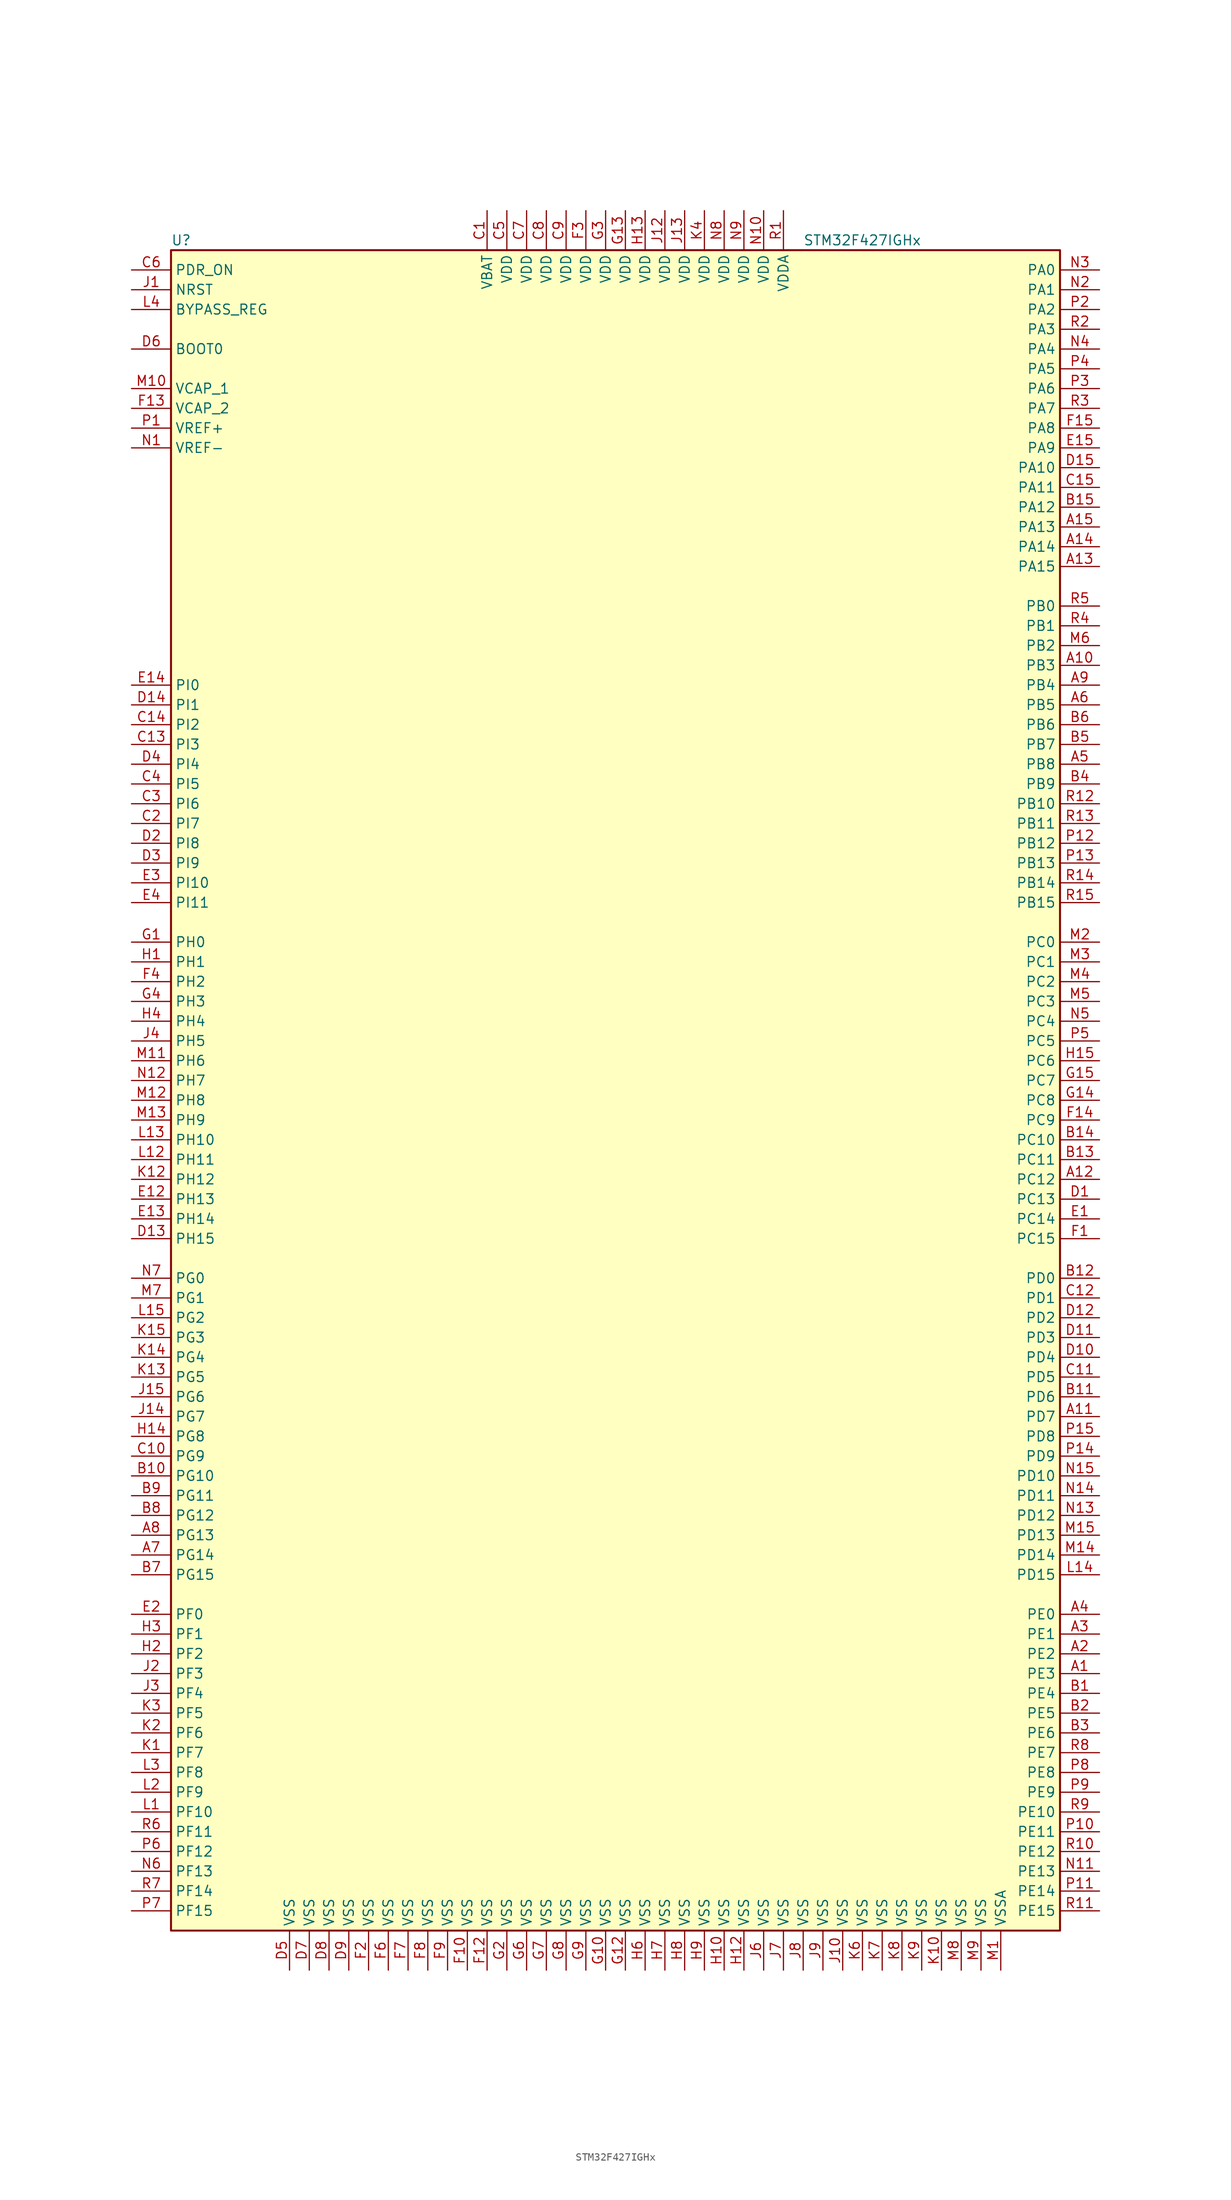
<source format=kicad_sym>
(kicad_symbol_lib
  (version 20201005)
  (generator kicad_symbol_editor)
  (symbol "STM32F427IGHx"
    (property "Reference" "U"
      (at -58.42 107.95 0)
      (effects (font (size 1.27 1.27)) (justify left)))
    (property "Value" "STM32F427IGHx"
      (at 22.86 107.95 0)
      (effects (font (size 1.27 1.27)) (justify left)))
    (symbol "STM32F427IGHx_0_1"
      (rectangle (start -58.42 -109.22) (end 55.88 106.68) (stroke (width 0.254)) (fill (type background))))
    (symbol "STM32F427IGHx_1_1"
      (pin bidirectional line (at 60.96 -76.2 180) (length 5.08) (name "PE3" (effects (font (size 1.27 1.27)))) (number "A1" (effects (font (size 1.27 1.27)))))
      (pin bidirectional line (at 60.96 53.34 180) (length 5.08) (name "PB3" (effects (font (size 1.27 1.27)))) (number "A10" (effects (font (size 1.27 1.27)))))
      (pin bidirectional line (at 60.96 -43.18 180) (length 5.08) (name "PD7" (effects (font (size 1.27 1.27)))) (number "A11" (effects (font (size 1.27 1.27)))))
      (pin bidirectional line (at 60.96 -12.7 180) (length 5.08) (name "PC12" (effects (font (size 1.27 1.27)))) (number "A12" (effects (font (size 1.27 1.27)))))
      (pin bidirectional line (at 60.96 66.04 180) (length 5.08) (name "PA15" (effects (font (size 1.27 1.27)))) (number "A13" (effects (font (size 1.27 1.27)))))
      (pin bidirectional line (at 60.96 68.58 180) (length 5.08) (name "PA14" (effects (font (size 1.27 1.27)))) (number "A14" (effects (font (size 1.27 1.27)))))
      (pin bidirectional line (at 60.96 71.12 180) (length 5.08) (name "PA13" (effects (font (size 1.27 1.27)))) (number "A15" (effects (font (size 1.27 1.27)))))
      (pin bidirectional line (at 60.96 -73.66 180) (length 5.08) (name "PE2" (effects (font (size 1.27 1.27)))) (number "A2" (effects (font (size 1.27 1.27)))))
      (pin bidirectional line (at 60.96 -71.12 180) (length 5.08) (name "PE1" (effects (font (size 1.27 1.27)))) (number "A3" (effects (font (size 1.27 1.27)))))
      (pin bidirectional line (at 60.96 -68.58 180) (length 5.08) (name "PE0" (effects (font (size 1.27 1.27)))) (number "A4" (effects (font (size 1.27 1.27)))))
      (pin bidirectional line (at 60.96 40.64 180) (length 5.08) (name "PB8" (effects (font (size 1.27 1.27)))) (number "A5" (effects (font (size 1.27 1.27)))))
      (pin bidirectional line (at 60.96 48.26 180) (length 5.08) (name "PB5" (effects (font (size 1.27 1.27)))) (number "A6" (effects (font (size 1.27 1.27)))))
      (pin bidirectional line (at -63.5 -60.96 0) (length 5.08) (name "PG14" (effects (font (size 1.27 1.27)))) (number "A7" (effects (font (size 1.27 1.27)))))
      (pin bidirectional line (at -63.5 -58.42 0) (length 5.08) (name "PG13" (effects (font (size 1.27 1.27)))) (number "A8" (effects (font (size 1.27 1.27)))))
      (pin bidirectional line (at 60.96 50.8 180) (length 5.08) (name "PB4" (effects (font (size 1.27 1.27)))) (number "A9" (effects (font (size 1.27 1.27)))))
      (pin bidirectional line (at 60.96 -78.74 180) (length 5.08) (name "PE4" (effects (font (size 1.27 1.27)))) (number "B1" (effects (font (size 1.27 1.27)))))
      (pin bidirectional line (at -63.5 -50.8 0) (length 5.08) (name "PG10" (effects (font (size 1.27 1.27)))) (number "B10" (effects (font (size 1.27 1.27)))))
      (pin bidirectional line (at 60.96 -40.64 180) (length 5.08) (name "PD6" (effects (font (size 1.27 1.27)))) (number "B11" (effects (font (size 1.27 1.27)))))
      (pin bidirectional line (at 60.96 -25.4 180) (length 5.08) (name "PD0" (effects (font (size 1.27 1.27)))) (number "B12" (effects (font (size 1.27 1.27)))))
      (pin bidirectional line (at 60.96 -10.16 180) (length 5.08) (name "PC11" (effects (font (size 1.27 1.27)))) (number "B13" (effects (font (size 1.27 1.27)))))
      (pin bidirectional line (at 60.96 -7.62 180) (length 5.08) (name "PC10" (effects (font (size 1.27 1.27)))) (number "B14" (effects (font (size 1.27 1.27)))))
      (pin bidirectional line (at 60.96 73.66 180) (length 5.08) (name "PA12" (effects (font (size 1.27 1.27)))) (number "B15" (effects (font (size 1.27 1.27)))))
      (pin bidirectional line (at 60.96 -81.28 180) (length 5.08) (name "PE5" (effects (font (size 1.27 1.27)))) (number "B2" (effects (font (size 1.27 1.27)))))
      (pin bidirectional line (at 60.96 -83.82 180) (length 5.08) (name "PE6" (effects (font (size 1.27 1.27)))) (number "B3" (effects (font (size 1.27 1.27)))))
      (pin bidirectional line (at 60.96 38.1 180) (length 5.08) (name "PB9" (effects (font (size 1.27 1.27)))) (number "B4" (effects (font (size 1.27 1.27)))))
      (pin bidirectional line (at 60.96 43.18 180) (length 5.08) (name "PB7" (effects (font (size 1.27 1.27)))) (number "B5" (effects (font (size 1.27 1.27)))))
      (pin bidirectional line (at 60.96 45.72 180) (length 5.08) (name "PB6" (effects (font (size 1.27 1.27)))) (number "B6" (effects (font (size 1.27 1.27)))))
      (pin bidirectional line (at -63.5 -63.5 0) (length 5.08) (name "PG15" (effects (font (size 1.27 1.27)))) (number "B7" (effects (font (size 1.27 1.27)))))
      (pin bidirectional line (at -63.5 -55.88 0) (length 5.08) (name "PG12" (effects (font (size 1.27 1.27)))) (number "B8" (effects (font (size 1.27 1.27)))))
      (pin bidirectional line (at -63.5 -53.34 0) (length 5.08) (name "PG11" (effects (font (size 1.27 1.27)))) (number "B9" (effects (font (size 1.27 1.27)))))
      (pin power_in line (at -17.78 111.76 270) (length 5.08) (name "VBAT" (effects (font (size 1.27 1.27)))) (number "C1" (effects (font (size 1.27 1.27)))))
      (pin bidirectional line (at -63.5 -48.26 0) (length 5.08) (name "PG9" (effects (font (size 1.27 1.27)))) (number "C10" (effects (font (size 1.27 1.27)))))
      (pin bidirectional line (at 60.96 -38.1 180) (length 5.08) (name "PD5" (effects (font (size 1.27 1.27)))) (number "C11" (effects (font (size 1.27 1.27)))))
      (pin bidirectional line (at 60.96 -27.94 180) (length 5.08) (name "PD1" (effects (font (size 1.27 1.27)))) (number "C12" (effects (font (size 1.27 1.27)))))
      (pin bidirectional line (at -63.5 43.18 0) (length 5.08) (name "PI3" (effects (font (size 1.27 1.27)))) (number "C13" (effects (font (size 1.27 1.27)))))
      (pin bidirectional line (at -63.5 45.72 0) (length 5.08) (name "PI2" (effects (font (size 1.27 1.27)))) (number "C14" (effects (font (size 1.27 1.27)))))
      (pin bidirectional line (at 60.96 76.2 180) (length 5.08) (name "PA11" (effects (font (size 1.27 1.27)))) (number "C15" (effects (font (size 1.27 1.27)))))
      (pin bidirectional line (at -63.5 33.02 0) (length 5.08) (name "PI7" (effects (font (size 1.27 1.27)))) (number "C2" (effects (font (size 1.27 1.27)))))
      (pin bidirectional line (at -63.5 35.56 0) (length 5.08) (name "PI6" (effects (font (size 1.27 1.27)))) (number "C3" (effects (font (size 1.27 1.27)))))
      (pin bidirectional line (at -63.5 38.1 0) (length 5.08) (name "PI5" (effects (font (size 1.27 1.27)))) (number "C4" (effects (font (size 1.27 1.27)))))
      (pin power_in line (at -15.24 111.76 270) (length 5.08) (name "VDD" (effects (font (size 1.27 1.27)))) (number "C5" (effects (font (size 1.27 1.27)))))
      (pin input line (at -63.5 104.14 0) (length 5.08) (name "PDR_ON" (effects (font (size 1.27 1.27)))) (number "C6" (effects (font (size 1.27 1.27)))))
      (pin power_in line (at -12.7 111.76 270) (length 5.08) (name "VDD" (effects (font (size 1.27 1.27)))) (number "C7" (effects (font (size 1.27 1.27)))))
      (pin power_in line (at -10.16 111.76 270) (length 5.08) (name "VDD" (effects (font (size 1.27 1.27)))) (number "C8" (effects (font (size 1.27 1.27)))))
      (pin power_in line (at -7.62 111.76 270) (length 5.08) (name "VDD" (effects (font (size 1.27 1.27)))) (number "C9" (effects (font (size 1.27 1.27)))))
      (pin bidirectional line (at 60.96 -15.24 180) (length 5.08) (name "PC13" (effects (font (size 1.27 1.27)))) (number "D1" (effects (font (size 1.27 1.27)))))
      (pin bidirectional line (at 60.96 -35.56 180) (length 5.08) (name "PD4" (effects (font (size 1.27 1.27)))) (number "D10" (effects (font (size 1.27 1.27)))))
      (pin bidirectional line (at 60.96 -33.02 180) (length 5.08) (name "PD3" (effects (font (size 1.27 1.27)))) (number "D11" (effects (font (size 1.27 1.27)))))
      (pin bidirectional line (at 60.96 -30.48 180) (length 5.08) (name "PD2" (effects (font (size 1.27 1.27)))) (number "D12" (effects (font (size 1.27 1.27)))))
      (pin bidirectional line (at -63.5 -20.32 0) (length 5.08) (name "PH15" (effects (font (size 1.27 1.27)))) (number "D13" (effects (font (size 1.27 1.27)))))
      (pin bidirectional line (at -63.5 48.26 0) (length 5.08) (name "PI1" (effects (font (size 1.27 1.27)))) (number "D14" (effects (font (size 1.27 1.27)))))
      (pin bidirectional line (at 60.96 78.74 180) (length 5.08) (name "PA10" (effects (font (size 1.27 1.27)))) (number "D15" (effects (font (size 1.27 1.27)))))
      (pin bidirectional line (at -63.5 30.48 0) (length 5.08) (name "PI8" (effects (font (size 1.27 1.27)))) (number "D2" (effects (font (size 1.27 1.27)))))
      (pin bidirectional line (at -63.5 27.94 0) (length 5.08) (name "PI9" (effects (font (size 1.27 1.27)))) (number "D3" (effects (font (size 1.27 1.27)))))
      (pin bidirectional line (at -63.5 40.64 0) (length 5.08) (name "PI4" (effects (font (size 1.27 1.27)))) (number "D4" (effects (font (size 1.27 1.27)))))
      (pin power_in line (at -43.18 -114.3 90) (length 5.08) (name "VSS" (effects (font (size 1.27 1.27)))) (number "D5" (effects (font (size 1.27 1.27)))))
      (pin input line (at -63.5 93.98 0) (length 5.08) (name "BOOT0" (effects (font (size 1.27 1.27)))) (number "D6" (effects (font (size 1.27 1.27)))))
      (pin power_in line (at -40.64 -114.3 90) (length 5.08) (name "VSS" (effects (font (size 1.27 1.27)))) (number "D7" (effects (font (size 1.27 1.27)))))
      (pin power_in line (at -38.1 -114.3 90) (length 5.08) (name "VSS" (effects (font (size 1.27 1.27)))) (number "D8" (effects (font (size 1.27 1.27)))))
      (pin power_in line (at -35.56 -114.3 90) (length 5.08) (name "VSS" (effects (font (size 1.27 1.27)))) (number "D9" (effects (font (size 1.27 1.27)))))
      (pin bidirectional line (at 60.96 -17.78 180) (length 5.08) (name "PC14" (effects (font (size 1.27 1.27)))) (number "E1" (effects (font (size 1.27 1.27)))))
      (pin bidirectional line (at -63.5 -15.24 0) (length 5.08) (name "PH13" (effects (font (size 1.27 1.27)))) (number "E12" (effects (font (size 1.27 1.27)))))
      (pin bidirectional line (at -63.5 -17.78 0) (length 5.08) (name "PH14" (effects (font (size 1.27 1.27)))) (number "E13" (effects (font (size 1.27 1.27)))))
      (pin bidirectional line (at -63.5 50.8 0) (length 5.08) (name "PI0" (effects (font (size 1.27 1.27)))) (number "E14" (effects (font (size 1.27 1.27)))))
      (pin bidirectional line (at 60.96 81.28 180) (length 5.08) (name "PA9" (effects (font (size 1.27 1.27)))) (number "E15" (effects (font (size 1.27 1.27)))))
      (pin bidirectional line (at -63.5 -68.58 0) (length 5.08) (name "PF0" (effects (font (size 1.27 1.27)))) (number "E2" (effects (font (size 1.27 1.27)))))
      (pin bidirectional line (at -63.5 25.4 0) (length 5.08) (name "PI10" (effects (font (size 1.27 1.27)))) (number "E3" (effects (font (size 1.27 1.27)))))
      (pin bidirectional line (at -63.5 22.86 0) (length 5.08) (name "PI11" (effects (font (size 1.27 1.27)))) (number "E4" (effects (font (size 1.27 1.27)))))
      (pin bidirectional line (at 60.96 -20.32 180) (length 5.08) (name "PC15" (effects (font (size 1.27 1.27)))) (number "F1" (effects (font (size 1.27 1.27)))))
      (pin power_in line (at -20.32 -114.3 90) (length 5.08) (name "VSS" (effects (font (size 1.27 1.27)))) (number "F10" (effects (font (size 1.27 1.27)))))
      (pin power_in line (at -17.78 -114.3 90) (length 5.08) (name "VSS" (effects (font (size 1.27 1.27)))) (number "F12" (effects (font (size 1.27 1.27)))))
      (pin power_in line (at -63.5 86.36 0) (length 5.08) (name "VCAP_2" (effects (font (size 1.27 1.27)))) (number "F13" (effects (font (size 1.27 1.27)))))
      (pin bidirectional line (at 60.96 -5.08 180) (length 5.08) (name "PC9" (effects (font (size 1.27 1.27)))) (number "F14" (effects (font (size 1.27 1.27)))))
      (pin bidirectional line (at 60.96 83.82 180) (length 5.08) (name "PA8" (effects (font (size 1.27 1.27)))) (number "F15" (effects (font (size 1.27 1.27)))))
      (pin power_in line (at -33.02 -114.3 90) (length 5.08) (name "VSS" (effects (font (size 1.27 1.27)))) (number "F2" (effects (font (size 1.27 1.27)))))
      (pin power_in line (at -5.08 111.76 270) (length 5.08) (name "VDD" (effects (font (size 1.27 1.27)))) (number "F3" (effects (font (size 1.27 1.27)))))
      (pin bidirectional line (at -63.5 12.7 0) (length 5.08) (name "PH2" (effects (font (size 1.27 1.27)))) (number "F4" (effects (font (size 1.27 1.27)))))
      (pin power_in line (at -30.48 -114.3 90) (length 5.08) (name "VSS" (effects (font (size 1.27 1.27)))) (number "F6" (effects (font (size 1.27 1.27)))))
      (pin power_in line (at -27.94 -114.3 90) (length 5.08) (name "VSS" (effects (font (size 1.27 1.27)))) (number "F7" (effects (font (size 1.27 1.27)))))
      (pin power_in line (at -25.4 -114.3 90) (length 5.08) (name "VSS" (effects (font (size 1.27 1.27)))) (number "F8" (effects (font (size 1.27 1.27)))))
      (pin power_in line (at -22.86 -114.3 90) (length 5.08) (name "VSS" (effects (font (size 1.27 1.27)))) (number "F9" (effects (font (size 1.27 1.27)))))
      (pin input line (at -63.5 17.78 0) (length 5.08) (name "PH0" (effects (font (size 1.27 1.27)))) (number "G1" (effects (font (size 1.27 1.27)))))
      (pin power_in line (at -2.54 -114.3 90) (length 5.08) (name "VSS" (effects (font (size 1.27 1.27)))) (number "G10" (effects (font (size 1.27 1.27)))))
      (pin power_in line (at 0 -114.3 90) (length 5.08) (name "VSS" (effects (font (size 1.27 1.27)))) (number "G12" (effects (font (size 1.27 1.27)))))
      (pin power_in line (at 0 111.76 270) (length 5.08) (name "VDD" (effects (font (size 1.27 1.27)))) (number "G13" (effects (font (size 1.27 1.27)))))
      (pin bidirectional line (at 60.96 -2.54 180) (length 5.08) (name "PC8" (effects (font (size 1.27 1.27)))) (number "G14" (effects (font (size 1.27 1.27)))))
      (pin bidirectional line (at 60.96 0 180) (length 5.08) (name "PC7" (effects (font (size 1.27 1.27)))) (number "G15" (effects (font (size 1.27 1.27)))))
      (pin power_in line (at -15.24 -114.3 90) (length 5.08) (name "VSS" (effects (font (size 1.27 1.27)))) (number "G2" (effects (font (size 1.27 1.27)))))
      (pin power_in line (at -2.54 111.76 270) (length 5.08) (name "VDD" (effects (font (size 1.27 1.27)))) (number "G3" (effects (font (size 1.27 1.27)))))
      (pin bidirectional line (at -63.5 10.16 0) (length 5.08) (name "PH3" (effects (font (size 1.27 1.27)))) (number "G4" (effects (font (size 1.27 1.27)))))
      (pin power_in line (at -12.7 -114.3 90) (length 5.08) (name "VSS" (effects (font (size 1.27 1.27)))) (number "G6" (effects (font (size 1.27 1.27)))))
      (pin power_in line (at -10.16 -114.3 90) (length 5.08) (name "VSS" (effects (font (size 1.27 1.27)))) (number "G7" (effects (font (size 1.27 1.27)))))
      (pin power_in line (at -7.62 -114.3 90) (length 5.08) (name "VSS" (effects (font (size 1.27 1.27)))) (number "G8" (effects (font (size 1.27 1.27)))))
      (pin power_in line (at -5.08 -114.3 90) (length 5.08) (name "VSS" (effects (font (size 1.27 1.27)))) (number "G9" (effects (font (size 1.27 1.27)))))
      (pin input line (at -63.5 15.24 0) (length 5.08) (name "PH1" (effects (font (size 1.27 1.27)))) (number "H1" (effects (font (size 1.27 1.27)))))
      (pin power_in line (at 12.7 -114.3 90) (length 5.08) (name "VSS" (effects (font (size 1.27 1.27)))) (number "H10" (effects (font (size 1.27 1.27)))))
      (pin power_in line (at 15.24 -114.3 90) (length 5.08) (name "VSS" (effects (font (size 1.27 1.27)))) (number "H12" (effects (font (size 1.27 1.27)))))
      (pin power_in line (at 2.54 111.76 270) (length 5.08) (name "VDD" (effects (font (size 1.27 1.27)))) (number "H13" (effects (font (size 1.27 1.27)))))
      (pin bidirectional line (at -63.5 -45.72 0) (length 5.08) (name "PG8" (effects (font (size 1.27 1.27)))) (number "H14" (effects (font (size 1.27 1.27)))))
      (pin bidirectional line (at 60.96 2.54 180) (length 5.08) (name "PC6" (effects (font (size 1.27 1.27)))) (number "H15" (effects (font (size 1.27 1.27)))))
      (pin bidirectional line (at -63.5 -73.66 0) (length 5.08) (name "PF2" (effects (font (size 1.27 1.27)))) (number "H2" (effects (font (size 1.27 1.27)))))
      (pin bidirectional line (at -63.5 -71.12 0) (length 5.08) (name "PF1" (effects (font (size 1.27 1.27)))) (number "H3" (effects (font (size 1.27 1.27)))))
      (pin bidirectional line (at -63.5 7.62 0) (length 5.08) (name "PH4" (effects (font (size 1.27 1.27)))) (number "H4" (effects (font (size 1.27 1.27)))))
      (pin power_in line (at 2.54 -114.3 90) (length 5.08) (name "VSS" (effects (font (size 1.27 1.27)))) (number "H6" (effects (font (size 1.27 1.27)))))
      (pin power_in line (at 5.08 -114.3 90) (length 5.08) (name "VSS" (effects (font (size 1.27 1.27)))) (number "H7" (effects (font (size 1.27 1.27)))))
      (pin power_in line (at 7.62 -114.3 90) (length 5.08) (name "VSS" (effects (font (size 1.27 1.27)))) (number "H8" (effects (font (size 1.27 1.27)))))
      (pin power_in line (at 10.16 -114.3 90) (length 5.08) (name "VSS" (effects (font (size 1.27 1.27)))) (number "H9" (effects (font (size 1.27 1.27)))))
      (pin input line (at -63.5 101.6 0) (length 5.08) (name "NRST" (effects (font (size 1.27 1.27)))) (number "J1" (effects (font (size 1.27 1.27)))))
      (pin power_in line (at 27.94 -114.3 90) (length 5.08) (name "VSS" (effects (font (size 1.27 1.27)))) (number "J10" (effects (font (size 1.27 1.27)))))
      (pin power_in line (at 5.08 111.76 270) (length 5.08) (name "VDD" (effects (font (size 1.27 1.27)))) (number "J12" (effects (font (size 1.27 1.27)))))
      (pin power_in line (at 7.62 111.76 270) (length 5.08) (name "VDD" (effects (font (size 1.27 1.27)))) (number "J13" (effects (font (size 1.27 1.27)))))
      (pin bidirectional line (at -63.5 -43.18 0) (length 5.08) (name "PG7" (effects (font (size 1.27 1.27)))) (number "J14" (effects (font (size 1.27 1.27)))))
      (pin bidirectional line (at -63.5 -40.64 0) (length 5.08) (name "PG6" (effects (font (size 1.27 1.27)))) (number "J15" (effects (font (size 1.27 1.27)))))
      (pin bidirectional line (at -63.5 -76.2 0) (length 5.08) (name "PF3" (effects (font (size 1.27 1.27)))) (number "J2" (effects (font (size 1.27 1.27)))))
      (pin bidirectional line (at -63.5 -78.74 0) (length 5.08) (name "PF4" (effects (font (size 1.27 1.27)))) (number "J3" (effects (font (size 1.27 1.27)))))
      (pin bidirectional line (at -63.5 5.08 0) (length 5.08) (name "PH5" (effects (font (size 1.27 1.27)))) (number "J4" (effects (font (size 1.27 1.27)))))
      (pin power_in line (at 17.78 -114.3 90) (length 5.08) (name "VSS" (effects (font (size 1.27 1.27)))) (number "J6" (effects (font (size 1.27 1.27)))))
      (pin power_in line (at 20.32 -114.3 90) (length 5.08) (name "VSS" (effects (font (size 1.27 1.27)))) (number "J7" (effects (font (size 1.27 1.27)))))
      (pin power_in line (at 22.86 -114.3 90) (length 5.08) (name "VSS" (effects (font (size 1.27 1.27)))) (number "J8" (effects (font (size 1.27 1.27)))))
      (pin power_in line (at 25.4 -114.3 90) (length 5.08) (name "VSS" (effects (font (size 1.27 1.27)))) (number "J9" (effects (font (size 1.27 1.27)))))
      (pin bidirectional line (at -63.5 -86.36 0) (length 5.08) (name "PF7" (effects (font (size 1.27 1.27)))) (number "K1" (effects (font (size 1.27 1.27)))))
      (pin power_in line (at 40.64 -114.3 90) (length 5.08) (name "VSS" (effects (font (size 1.27 1.27)))) (number "K10" (effects (font (size 1.27 1.27)))))
      (pin bidirectional line (at -63.5 -12.7 0) (length 5.08) (name "PH12" (effects (font (size 1.27 1.27)))) (number "K12" (effects (font (size 1.27 1.27)))))
      (pin bidirectional line (at -63.5 -38.1 0) (length 5.08) (name "PG5" (effects (font (size 1.27 1.27)))) (number "K13" (effects (font (size 1.27 1.27)))))
      (pin bidirectional line (at -63.5 -35.56 0) (length 5.08) (name "PG4" (effects (font (size 1.27 1.27)))) (number "K14" (effects (font (size 1.27 1.27)))))
      (pin bidirectional line (at -63.5 -33.02 0) (length 5.08) (name "PG3" (effects (font (size 1.27 1.27)))) (number "K15" (effects (font (size 1.27 1.27)))))
      (pin bidirectional line (at -63.5 -83.82 0) (length 5.08) (name "PF6" (effects (font (size 1.27 1.27)))) (number "K2" (effects (font (size 1.27 1.27)))))
      (pin bidirectional line (at -63.5 -81.28 0) (length 5.08) (name "PF5" (effects (font (size 1.27 1.27)))) (number "K3" (effects (font (size 1.27 1.27)))))
      (pin power_in line (at 10.16 111.76 270) (length 5.08) (name "VDD" (effects (font (size 1.27 1.27)))) (number "K4" (effects (font (size 1.27 1.27)))))
      (pin power_in line (at 30.48 -114.3 90) (length 5.08) (name "VSS" (effects (font (size 1.27 1.27)))) (number "K6" (effects (font (size 1.27 1.27)))))
      (pin power_in line (at 33.02 -114.3 90) (length 5.08) (name "VSS" (effects (font (size 1.27 1.27)))) (number "K7" (effects (font (size 1.27 1.27)))))
      (pin power_in line (at 35.56 -114.3 90) (length 5.08) (name "VSS" (effects (font (size 1.27 1.27)))) (number "K8" (effects (font (size 1.27 1.27)))))
      (pin power_in line (at 38.1 -114.3 90) (length 5.08) (name "VSS" (effects (font (size 1.27 1.27)))) (number "K9" (effects (font (size 1.27 1.27)))))
      (pin bidirectional line (at -63.5 -93.98 0) (length 5.08) (name "PF10" (effects (font (size 1.27 1.27)))) (number "L1" (effects (font (size 1.27 1.27)))))
      (pin bidirectional line (at -63.5 -10.16 0) (length 5.08) (name "PH11" (effects (font (size 1.27 1.27)))) (number "L12" (effects (font (size 1.27 1.27)))))
      (pin bidirectional line (at -63.5 -7.62 0) (length 5.08) (name "PH10" (effects (font (size 1.27 1.27)))) (number "L13" (effects (font (size 1.27 1.27)))))
      (pin bidirectional line (at 60.96 -63.5 180) (length 5.08) (name "PD15" (effects (font (size 1.27 1.27)))) (number "L14" (effects (font (size 1.27 1.27)))))
      (pin bidirectional line (at -63.5 -30.48 0) (length 5.08) (name "PG2" (effects (font (size 1.27 1.27)))) (number "L15" (effects (font (size 1.27 1.27)))))
      (pin bidirectional line (at -63.5 -91.44 0) (length 5.08) (name "PF9" (effects (font (size 1.27 1.27)))) (number "L2" (effects (font (size 1.27 1.27)))))
      (pin bidirectional line (at -63.5 -88.9 0) (length 5.08) (name "PF8" (effects (font (size 1.27 1.27)))) (number "L3" (effects (font (size 1.27 1.27)))))
      (pin input line (at -63.5 99.06 0) (length 5.08) (name "BYPASS_REG" (effects (font (size 1.27 1.27)))) (number "L4" (effects (font (size 1.27 1.27)))))
      (pin power_in line (at 48.26 -114.3 90) (length 5.08) (name "VSSA" (effects (font (size 1.27 1.27)))) (number "M1" (effects (font (size 1.27 1.27)))))
      (pin power_in line (at -63.5 88.9 0) (length 5.08) (name "VCAP_1" (effects (font (size 1.27 1.27)))) (number "M10" (effects (font (size 1.27 1.27)))))
      (pin bidirectional line (at -63.5 2.54 0) (length 5.08) (name "PH6" (effects (font (size 1.27 1.27)))) (number "M11" (effects (font (size 1.27 1.27)))))
      (pin bidirectional line (at -63.5 -2.54 0) (length 5.08) (name "PH8" (effects (font (size 1.27 1.27)))) (number "M12" (effects (font (size 1.27 1.27)))))
      (pin bidirectional line (at -63.5 -5.08 0) (length 5.08) (name "PH9" (effects (font (size 1.27 1.27)))) (number "M13" (effects (font (size 1.27 1.27)))))
      (pin bidirectional line (at 60.96 -60.96 180) (length 5.08) (name "PD14" (effects (font (size 1.27 1.27)))) (number "M14" (effects (font (size 1.27 1.27)))))
      (pin bidirectional line (at 60.96 -58.42 180) (length 5.08) (name "PD13" (effects (font (size 1.27 1.27)))) (number "M15" (effects (font (size 1.27 1.27)))))
      (pin bidirectional line (at 60.96 17.78 180) (length 5.08) (name "PC0" (effects (font (size 1.27 1.27)))) (number "M2" (effects (font (size 1.27 1.27)))))
      (pin bidirectional line (at 60.96 15.24 180) (length 5.08) (name "PC1" (effects (font (size 1.27 1.27)))) (number "M3" (effects (font (size 1.27 1.27)))))
      (pin bidirectional line (at 60.96 12.7 180) (length 5.08) (name "PC2" (effects (font (size 1.27 1.27)))) (number "M4" (effects (font (size 1.27 1.27)))))
      (pin bidirectional line (at 60.96 10.16 180) (length 5.08) (name "PC3" (effects (font (size 1.27 1.27)))) (number "M5" (effects (font (size 1.27 1.27)))))
      (pin bidirectional line (at 60.96 55.88 180) (length 5.08) (name "PB2" (effects (font (size 1.27 1.27)))) (number "M6" (effects (font (size 1.27 1.27)))))
      (pin bidirectional line (at -63.5 -27.94 0) (length 5.08) (name "PG1" (effects (font (size 1.27 1.27)))) (number "M7" (effects (font (size 1.27 1.27)))))
      (pin power_in line (at 43.18 -114.3 90) (length 5.08) (name "VSS" (effects (font (size 1.27 1.27)))) (number "M8" (effects (font (size 1.27 1.27)))))
      (pin power_in line (at 45.72 -114.3 90) (length 5.08) (name "VSS" (effects (font (size 1.27 1.27)))) (number "M9" (effects (font (size 1.27 1.27)))))
      (pin power_in line (at -63.5 81.28 0) (length 5.08) (name "VREF-" (effects (font (size 1.27 1.27)))) (number "N1" (effects (font (size 1.27 1.27)))))
      (pin power_in line (at 17.78 111.76 270) (length 5.08) (name "VDD" (effects (font (size 1.27 1.27)))) (number "N10" (effects (font (size 1.27 1.27)))))
      (pin bidirectional line (at 60.96 -101.6 180) (length 5.08) (name "PE13" (effects (font (size 1.27 1.27)))) (number "N11" (effects (font (size 1.27 1.27)))))
      (pin bidirectional line (at -63.5 0 0) (length 5.08) (name "PH7" (effects (font (size 1.27 1.27)))) (number "N12" (effects (font (size 1.27 1.27)))))
      (pin bidirectional line (at 60.96 -55.88 180) (length 5.08) (name "PD12" (effects (font (size 1.27 1.27)))) (number "N13" (effects (font (size 1.27 1.27)))))
      (pin bidirectional line (at 60.96 -53.34 180) (length 5.08) (name "PD11" (effects (font (size 1.27 1.27)))) (number "N14" (effects (font (size 1.27 1.27)))))
      (pin bidirectional line (at 60.96 -50.8 180) (length 5.08) (name "PD10" (effects (font (size 1.27 1.27)))) (number "N15" (effects (font (size 1.27 1.27)))))
      (pin bidirectional line (at 60.96 101.6 180) (length 5.08) (name "PA1" (effects (font (size 1.27 1.27)))) (number "N2" (effects (font (size 1.27 1.27)))))
      (pin bidirectional line (at 60.96 104.14 180) (length 5.08) (name "PA0" (effects (font (size 1.27 1.27)))) (number "N3" (effects (font (size 1.27 1.27)))))
      (pin bidirectional line (at 60.96 93.98 180) (length 5.08) (name "PA4" (effects (font (size 1.27 1.27)))) (number "N4" (effects (font (size 1.27 1.27)))))
      (pin bidirectional line (at 60.96 7.62 180) (length 5.08) (name "PC4" (effects (font (size 1.27 1.27)))) (number "N5" (effects (font (size 1.27 1.27)))))
      (pin bidirectional line (at -63.5 -101.6 0) (length 5.08) (name "PF13" (effects (font (size 1.27 1.27)))) (number "N6" (effects (font (size 1.27 1.27)))))
      (pin bidirectional line (at -63.5 -25.4 0) (length 5.08) (name "PG0" (effects (font (size 1.27 1.27)))) (number "N7" (effects (font (size 1.27 1.27)))))
      (pin power_in line (at 12.7 111.76 270) (length 5.08) (name "VDD" (effects (font (size 1.27 1.27)))) (number "N8" (effects (font (size 1.27 1.27)))))
      (pin power_in line (at 15.24 111.76 270) (length 5.08) (name "VDD" (effects (font (size 1.27 1.27)))) (number "N9" (effects (font (size 1.27 1.27)))))
      (pin power_in line (at -63.5 83.82 0) (length 5.08) (name "VREF+" (effects (font (size 1.27 1.27)))) (number "P1" (effects (font (size 1.27 1.27)))))
      (pin bidirectional line (at 60.96 -96.52 180) (length 5.08) (name "PE11" (effects (font (size 1.27 1.27)))) (number "P10" (effects (font (size 1.27 1.27)))))
      (pin bidirectional line (at 60.96 -104.14 180) (length 5.08) (name "PE14" (effects (font (size 1.27 1.27)))) (number "P11" (effects (font (size 1.27 1.27)))))
      (pin bidirectional line (at 60.96 30.48 180) (length 5.08) (name "PB12" (effects (font (size 1.27 1.27)))) (number "P12" (effects (font (size 1.27 1.27)))))
      (pin bidirectional line (at 60.96 27.94 180) (length 5.08) (name "PB13" (effects (font (size 1.27 1.27)))) (number "P13" (effects (font (size 1.27 1.27)))))
      (pin bidirectional line (at 60.96 -48.26 180) (length 5.08) (name "PD9" (effects (font (size 1.27 1.27)))) (number "P14" (effects (font (size 1.27 1.27)))))
      (pin bidirectional line (at 60.96 -45.72 180) (length 5.08) (name "PD8" (effects (font (size 1.27 1.27)))) (number "P15" (effects (font (size 1.27 1.27)))))
      (pin bidirectional line (at 60.96 99.06 180) (length 5.08) (name "PA2" (effects (font (size 1.27 1.27)))) (number "P2" (effects (font (size 1.27 1.27)))))
      (pin bidirectional line (at 60.96 88.9 180) (length 5.08) (name "PA6" (effects (font (size 1.27 1.27)))) (number "P3" (effects (font (size 1.27 1.27)))))
      (pin bidirectional line (at 60.96 91.44 180) (length 5.08) (name "PA5" (effects (font (size 1.27 1.27)))) (number "P4" (effects (font (size 1.27 1.27)))))
      (pin bidirectional line (at 60.96 5.08 180) (length 5.08) (name "PC5" (effects (font (size 1.27 1.27)))) (number "P5" (effects (font (size 1.27 1.27)))))
      (pin bidirectional line (at -63.5 -99.06 0) (length 5.08) (name "PF12" (effects (font (size 1.27 1.27)))) (number "P6" (effects (font (size 1.27 1.27)))))
      (pin bidirectional line (at -63.5 -106.68 0) (length 5.08) (name "PF15" (effects (font (size 1.27 1.27)))) (number "P7" (effects (font (size 1.27 1.27)))))
      (pin bidirectional line (at 60.96 -88.9 180) (length 5.08) (name "PE8" (effects (font (size 1.27 1.27)))) (number "P8" (effects (font (size 1.27 1.27)))))
      (pin bidirectional line (at 60.96 -91.44 180) (length 5.08) (name "PE9" (effects (font (size 1.27 1.27)))) (number "P9" (effects (font (size 1.27 1.27)))))
      (pin power_in line (at 20.32 111.76 270) (length 5.08) (name "VDDA" (effects (font (size 1.27 1.27)))) (number "R1" (effects (font (size 1.27 1.27)))))
      (pin bidirectional line (at 60.96 -99.06 180) (length 5.08) (name "PE12" (effects (font (size 1.27 1.27)))) (number "R10" (effects (font (size 1.27 1.27)))))
      (pin bidirectional line (at 60.96 -106.68 180) (length 5.08) (name "PE15" (effects (font (size 1.27 1.27)))) (number "R11" (effects (font (size 1.27 1.27)))))
      (pin bidirectional line (at 60.96 35.56 180) (length 5.08) (name "PB10" (effects (font (size 1.27 1.27)))) (number "R12" (effects (font (size 1.27 1.27)))))
      (pin bidirectional line (at 60.96 33.02 180) (length 5.08) (name "PB11" (effects (font (size 1.27 1.27)))) (number "R13" (effects (font (size 1.27 1.27)))))
      (pin bidirectional line (at 60.96 25.4 180) (length 5.08) (name "PB14" (effects (font (size 1.27 1.27)))) (number "R14" (effects (font (size 1.27 1.27)))))
      (pin bidirectional line (at 60.96 22.86 180) (length 5.08) (name "PB15" (effects (font (size 1.27 1.27)))) (number "R15" (effects (font (size 1.27 1.27)))))
      (pin bidirectional line (at 60.96 96.52 180) (length 5.08) (name "PA3" (effects (font (size 1.27 1.27)))) (number "R2" (effects (font (size 1.27 1.27)))))
      (pin bidirectional line (at 60.96 86.36 180) (length 5.08) (name "PA7" (effects (font (size 1.27 1.27)))) (number "R3" (effects (font (size 1.27 1.27)))))
      (pin bidirectional line (at 60.96 58.42 180) (length 5.08) (name "PB1" (effects (font (size 1.27 1.27)))) (number "R4" (effects (font (size 1.27 1.27)))))
      (pin bidirectional line (at 60.96 60.96 180) (length 5.08) (name "PB0" (effects (font (size 1.27 1.27)))) (number "R5" (effects (font (size 1.27 1.27)))))
      (pin bidirectional line (at -63.5 -96.52 0) (length 5.08) (name "PF11" (effects (font (size 1.27 1.27)))) (number "R6" (effects (font (size 1.27 1.27)))))
      (pin bidirectional line (at -63.5 -104.14 0) (length 5.08) (name "PF14" (effects (font (size 1.27 1.27)))) (number "R7" (effects (font (size 1.27 1.27)))))
      (pin bidirectional line (at 60.96 -86.36 180) (length 5.08) (name "PE7" (effects (font (size 1.27 1.27)))) (number "R8" (effects (font (size 1.27 1.27)))))
      (pin bidirectional line (at 60.96 -93.98 180) (length 5.08) (name "PE10" (effects (font (size 1.27 1.27)))) (number "R9" (effects (font (size 1.27 1.27))))))))
</source>
